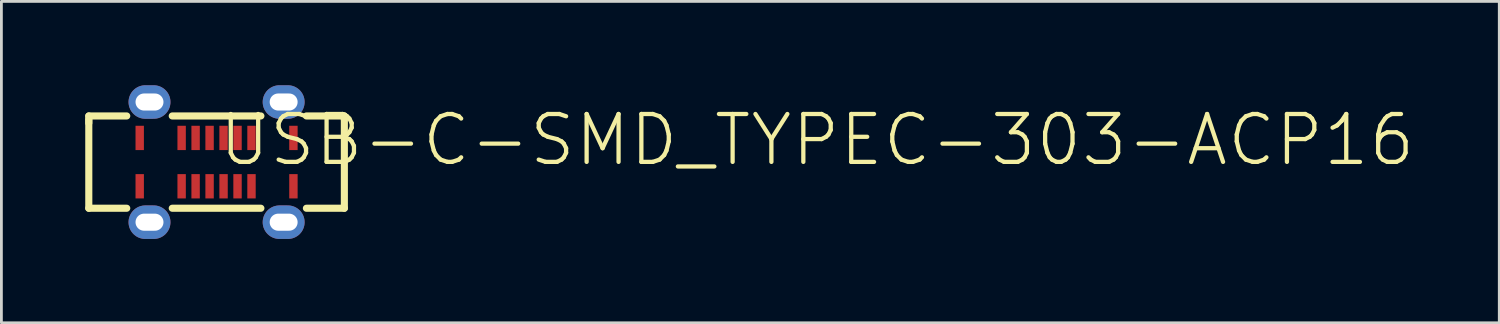
<source format=kicad_pcb>
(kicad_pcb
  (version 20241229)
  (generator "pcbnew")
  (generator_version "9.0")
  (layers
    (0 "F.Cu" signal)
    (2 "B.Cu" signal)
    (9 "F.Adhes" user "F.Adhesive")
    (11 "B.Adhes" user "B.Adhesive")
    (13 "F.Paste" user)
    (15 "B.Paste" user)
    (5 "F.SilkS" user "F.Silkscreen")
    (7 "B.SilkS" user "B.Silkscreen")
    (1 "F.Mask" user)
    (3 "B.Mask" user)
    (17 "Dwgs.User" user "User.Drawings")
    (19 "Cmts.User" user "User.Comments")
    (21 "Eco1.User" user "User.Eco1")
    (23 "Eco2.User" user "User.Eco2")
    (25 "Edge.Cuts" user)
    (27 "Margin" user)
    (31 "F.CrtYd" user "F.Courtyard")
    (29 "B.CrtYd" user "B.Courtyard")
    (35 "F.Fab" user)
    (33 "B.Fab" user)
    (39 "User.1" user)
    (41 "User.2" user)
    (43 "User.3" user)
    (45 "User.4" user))
  (footprint "USB-C-SMD_TYPEC-303-ACP16"
    (layer "F.Cu")
    (at 4.699 2.75)
    (property "Reference" "USB-C-SMD_TYPEC-303-ACP16" (at 0 0.21 0) (unlocked yes) (layer "F.SilkS") (effects (font (size 1.714 1.714) (thickness 0.152)) (justify left bottom)))
    (fp_line (start -4.572 -1.651) (end -3.214 -1.651) (stroke (width 0.254) (type solid)) (layer "F.SilkS"))
    (fp_line (start -4.572 -1.397) (end -4.572 -1.651) (stroke (width 0.254) (type solid)) (layer "F.SilkS"))
    (fp_line (start -4.572 1.651) (end -4.572 -1.524) (stroke (width 0.254) (type solid)) (layer "F.SilkS"))
    (fp_line (start -4.572 1.651) (end -3.214 1.651) (stroke (width 0.254) (type solid)) (layer "F.SilkS"))
    (fp_line (start -1.586 -1.651) (end 1.586 -1.651) (stroke (width 0.254) (type solid)) (layer "F.SilkS"))
    (fp_line (start -1.586 1.651) (end 1.586 1.651) (stroke (width 0.254) (type solid)) (layer "F.SilkS"))
    (fp_line (start 3.214 -1.651) (end 4.572 -1.651) (stroke (width 0.254) (type solid)) (layer "F.SilkS"))
    (fp_line (start 3.214 1.651) (end 4.572 1.651) (stroke (width 0.254) (type solid)) (layer "F.SilkS"))
    (fp_line (start 4.572 -1.524) (end 4.572 -1.651) (stroke (width 0.254) (type solid)) (layer "F.SilkS"))
    (fp_line (start 4.572 1.651) (end 4.572 -1.524) (stroke (width 0.254) (type solid)) (layer "F.SilkS"))
    (fp_poly (pts (xy -2.9 0.43) (xy -2.9 1.3) (xy -2.6 1.3) (xy -2.6 0.43)) (stroke (width 0) (type default)) (fill yes) (layer "F.Paste"))
    (fp_poly (pts (xy -2.9 -1.3) (xy -2.9 -0.43) (xy -2.6 -0.43) (xy -2.6 -1.3)) (stroke (width 0) (type default)) (fill yes) (layer "F.Paste"))
    (fp_poly (pts (xy -1.4 -1.3) (xy -1.4 -0.43) (xy -1.1 -0.43) (xy -1.1 -1.3)) (stroke (width 0) (type default)) (fill yes) (layer "F.Paste"))
    (fp_poly (pts (xy -1.4 0.43) (xy -1.4 1.3) (xy -1.1 1.3) (xy -1.1 0.43)) (stroke (width 0) (type default)) (fill yes) (layer "F.Paste"))
    (fp_poly (pts (xy -0.9 0.43) (xy -0.9 1.3) (xy -0.6 1.3) (xy -0.6 0.43)) (stroke (width 0) (type default)) (fill yes) (layer "F.Paste"))
    (fp_poly (pts (xy -0.6 -0.43) (xy -0.6 -1.3) (xy -0.9 -1.3) (xy -0.9 -0.43)) (stroke (width 0) (type default)) (fill yes) (layer "F.Paste"))
    (fp_poly (pts (xy -0.1 -0.43) (xy -0.1 -1.3) (xy -0.4 -1.3) (xy -0.4 -0.43)) (stroke (width 0) (type default)) (fill yes) (layer "F.Paste"))
    (fp_poly (pts (xy -0.1 1.3) (xy -0.1 0.43) (xy -0.4 0.43) (xy -0.4 1.3)) (stroke (width 0) (type default)) (fill yes) (layer "F.Paste"))
    (fp_poly (pts (xy 0.4 -0.43) (xy 0.4 -1.3) (xy 0.1 -1.3) (xy 0.1 -0.43)) (stroke (width 0) (type default)) (fill yes) (layer "F.Paste"))
    (fp_poly (pts (xy 0.4 1.3) (xy 0.4 0.43) (xy 0.1 0.43) (xy 0.1 1.3)) (stroke (width 0) (type default)) (fill yes) (layer "F.Paste"))
    (fp_poly (pts (xy 0.9 -0.43) (xy 0.9 -1.3) (xy 0.6 -1.3) (xy 0.6 -0.43)) (stroke (width 0) (type default)) (fill yes) (layer "F.Paste"))
    (fp_poly (pts (xy 0.9 1.3) (xy 0.9 0.43) (xy 0.6 0.43) (xy 0.6 1.3)) (stroke (width 0) (type default)) (fill yes) (layer "F.Paste"))
    (fp_poly (pts (xy 1.4 -0.43) (xy 1.4 -1.3) (xy 1.1 -1.3) (xy 1.1 -0.43)) (stroke (width 0) (type default)) (fill yes) (layer "F.Paste"))
    (fp_poly (pts (xy 1.4 1.3) (xy 1.4 0.43) (xy 1.1 0.43) (xy 1.1 1.3)) (stroke (width 0) (type default)) (fill yes) (layer "F.Paste"))
    (fp_poly (pts (xy 2.9 -0.43) (xy 2.9 -1.3) (xy 2.6 -1.3) (xy 2.6 -0.43)) (stroke (width 0) (type default)) (fill yes) (layer "F.Paste"))
    (fp_poly (pts (xy 2.9 1.3) (xy 2.9 0.43) (xy 2.6 0.43) (xy 2.6 1.3)) (stroke (width 0) (type default)) (fill yes) (layer "F.Paste"))
    (fp_poly (pts (xy -2.55 -2.75) (xy -2.58 -2.749) (xy -2.61 -2.747) (xy -2.639 -2.743) (xy -2.669 -2.738) (xy -2.698 -2.732) (xy -2.727 -2.723) (xy -2.755 -2.714) (xy -2.783 -2.703) (xy -2.81 -2.691) (xy -2.837 -2.677) (xy -2.863 -2.662) (xy -2.888 -2.646) (xy -2.912 -2.628) (xy -2.936 -2.61) (xy -2.958 -2.59) (xy -2.98 -2.569) (xy -3 -2.547) (xy -3.019 -2.524) (xy -3.037 -2.5) (xy -3.054 -2.476) (xy -3.07 -2.45) (xy -3.084 -2.424) (xy -3.097 -2.397) (xy -3.109 -2.369) (xy -3.119 -2.341) (xy -3.128 -2.313) (xy -3.135 -2.284) (xy -3.141 -2.254) (xy -3.145 -2.225) (xy -3.148 -2.195) (xy -3.15 -2.165) (xy -3.15 -2.135) (xy -3.148 -2.105) (xy -3.145 -2.076) (xy -3.141 -2.046) (xy -3.135 -2.017) (xy -3.128 -1.988) (xy -3.119 -1.959) (xy -3.109 -1.931) (xy -3.097 -1.903) (xy -3.084 -1.876) (xy -3.07 -1.85) (xy -3.054 -1.825) (xy -3.037 -1.8) (xy -3.019 -1.776) (xy -3 -1.753) (xy -2.98 -1.731) (xy -2.958 -1.71) (xy -2.936 -1.69) (xy -2.912 -1.672) (xy -2.888 -1.654) (xy -2.863 -1.638) (xy -2.837 -1.623) (xy -2.81 -1.61) (xy -2.783 -1.597) (xy -2.755 -1.586) (xy -2.727 -1.577) (xy -2.698 -1.569) (xy -2.669 -1.562) (xy -2.639 -1.557) (xy -2.61 -1.553) (xy -2.58 -1.551) (xy -2.55 -1.55) (xy -2.25 -1.55) (xy -2.22 -1.551) (xy -2.19 -1.553) (xy -2.161 -1.557) (xy -2.131 -1.562) (xy -2.102 -1.569) (xy -2.073 -1.577) (xy -2.045 -1.586) (xy -2.017 -1.597) (xy -1.99 -1.61) (xy -1.963 -1.623) (xy -1.937 -1.638) (xy -1.912 -1.654) (xy -1.888 -1.672) (xy -1.864 -1.69) (xy -1.842 -1.71) (xy -1.821 -1.731) (xy -1.8 -1.753) (xy -1.781 -1.776) (xy -1.763 -1.8) (xy -1.746 -1.825) (xy -1.73 -1.85) (xy -1.716 -1.876) (xy -1.703 -1.903) (xy -1.692 -1.931) (xy -1.681 -1.959) (xy -1.672 -1.988) (xy -1.665 -2.017) (xy -1.659 -2.046) (xy -1.655 -2.076) (xy -1.652 -2.105) (xy -1.65 -2.135) (xy -1.65 -2.165) (xy -1.652 -2.195) (xy -1.655 -2.225) (xy -1.659 -2.254) (xy -1.665 -2.284) (xy -1.672 -2.313) (xy -1.681 -2.341) (xy -1.692 -2.369) (xy -1.703 -2.397) (xy -1.716 -2.424) (xy -1.73 -2.45) (xy -1.746 -2.476) (xy -1.763 -2.5) (xy -1.781 -2.524) (xy -1.8 -2.547) (xy -1.821 -2.569) (xy -1.842 -2.59) (xy -1.864 -2.61) (xy -1.888 -2.628) (xy -1.912 -2.646) (xy -1.937 -2.662) (xy -1.963 -2.677) (xy -1.99 -2.691) (xy -2.017 -2.703) (xy -2.045 -2.714) (xy -2.073 -2.723) (xy -2.102 -2.732) (xy -2.131 -2.738) (xy -2.161 -2.743) (xy -2.19 -2.747) (xy -2.22 -2.749) (xy -2.25 -2.75)) (stroke (width 0) (type default)) (fill yes) (layer "F.Paste"))
    (fp_poly (pts (xy -2.22 1.551) (xy -2.25 1.55) (xy -2.55 1.55) (xy -2.58 1.551) (xy -2.61 1.553) (xy -2.639 1.557) (xy -2.669 1.562) (xy -2.698 1.569) (xy -2.727 1.577) (xy -2.755 1.586) (xy -2.783 1.597) (xy -2.81 1.61) (xy -2.837 1.623) (xy -2.863 1.638) (xy -2.888 1.654) (xy -2.912 1.672) (xy -2.936 1.69) (xy -2.958 1.71) (xy -2.98 1.731) (xy -3 1.753) (xy -3.019 1.776) (xy -3.037 1.8) (xy -3.054 1.825) (xy -3.07 1.85) (xy -3.084 1.876) (xy -3.097 1.903) (xy -3.109 1.931) (xy -3.119 1.959) (xy -3.128 1.988) (xy -3.135 2.017) (xy -3.141 2.046) (xy -3.145 2.076) (xy -3.148 2.105) (xy -3.15 2.135) (xy -3.15 2.165) (xy -3.148 2.195) (xy -3.145 2.225) (xy -3.141 2.254) (xy -3.135 2.284) (xy -3.128 2.313) (xy -3.119 2.341) (xy -3.109 2.369) (xy -3.097 2.397) (xy -3.084 2.424) (xy -3.07 2.45) (xy -3.054 2.476) (xy -3.037 2.5) (xy -3.019 2.524) (xy -3 2.547) (xy -2.98 2.569) (xy -2.958 2.59) (xy -2.936 2.61) (xy -2.912 2.628) (xy -2.888 2.646) (xy -2.863 2.662) (xy -2.837 2.677) (xy -2.81 2.691) (xy -2.783 2.703) (xy -2.755 2.714) (xy -2.727 2.723) (xy -2.698 2.732) (xy -2.669 2.738) (xy -2.639 2.743) (xy -2.61 2.747) (xy -2.58 2.749) (xy -2.55 2.75) (xy -2.25 2.75) (xy -2.22 2.749) (xy -2.19 2.747) (xy -2.161 2.743) (xy -2.131 2.738) (xy -2.102 2.732) (xy -2.073 2.723) (xy -2.045 2.714) (xy -2.017 2.703) (xy -1.99 2.691) (xy -1.963 2.677) (xy -1.937 2.662) (xy -1.912 2.646) (xy -1.888 2.628) (xy -1.864 2.61) (xy -1.842 2.59) (xy -1.821 2.569) (xy -1.8 2.547) (xy -1.781 2.524) (xy -1.763 2.5) (xy -1.746 2.476) (xy -1.73 2.45) (xy -1.716 2.424) (xy -1.703 2.397) (xy -1.692 2.369) (xy -1.681 2.341) (xy -1.672 2.313) (xy -1.665 2.284) (xy -1.659 2.254) (xy -1.655 2.225) (xy -1.652 2.195) (xy -1.65 2.165) (xy -1.65 2.135) (xy -1.652 2.105) (xy -1.655 2.076) (xy -1.659 2.046) (xy -1.665 2.017) (xy -1.672 1.988) (xy -1.681 1.959) (xy -1.692 1.931) (xy -1.703 1.903) (xy -1.716 1.876) (xy -1.73 1.85) (xy -1.746 1.825) (xy -1.763 1.8) (xy -1.781 1.776) (xy -1.8 1.753) (xy -1.821 1.731) (xy -1.842 1.71) (xy -1.864 1.69) (xy -1.888 1.672) (xy -1.912 1.654) (xy -1.937 1.638) (xy -1.963 1.623) (xy -1.99 1.61) (xy -2.017 1.597) (xy -2.045 1.586) (xy -2.073 1.577) (xy -2.102 1.569) (xy -2.131 1.562) (xy -2.161 1.557) (xy -2.19 1.553)) (stroke (width 0) (type default)) (fill yes) (layer "F.Paste"))
    (fp_poly (pts (xy 2.25 -2.75) (xy 2.22 -2.749) (xy 2.19 -2.747) (xy 2.161 -2.743) (xy 2.131 -2.738) (xy 2.102 -2.732) (xy 2.073 -2.723) (xy 2.045 -2.714) (xy 2.017 -2.703) (xy 1.99 -2.691) (xy 1.963 -2.677) (xy 1.937 -2.662) (xy 1.912 -2.646) (xy 1.888 -2.628) (xy 1.864 -2.61) (xy 1.842 -2.59) (xy 1.821 -2.569) (xy 1.8 -2.547) (xy 1.781 -2.524) (xy 1.763 -2.5) (xy 1.746 -2.476) (xy 1.73 -2.45) (xy 1.716 -2.424) (xy 1.703 -2.397) (xy 1.692 -2.369) (xy 1.681 -2.341) (xy 1.672 -2.313) (xy 1.665 -2.284) (xy 1.659 -2.254) (xy 1.655 -2.225) (xy 1.652 -2.195) (xy 1.65 -2.165) (xy 1.65 -2.135) (xy 1.652 -2.105) (xy 1.655 -2.076) (xy 1.659 -2.046) (xy 1.665 -2.017) (xy 1.672 -1.988) (xy 1.681 -1.959) (xy 1.692 -1.931) (xy 1.703 -1.903) (xy 1.716 -1.876) (xy 1.73 -1.85) (xy 1.746 -1.825) (xy 1.763 -1.8) (xy 1.781 -1.776) (xy 1.8 -1.753) (xy 1.821 -1.731) (xy 1.842 -1.71) (xy 1.864 -1.69) (xy 1.888 -1.672) (xy 1.912 -1.654) (xy 1.937 -1.638) (xy 1.963 -1.623) (xy 1.99 -1.61) (xy 2.017 -1.597) (xy 2.045 -1.586) (xy 2.073 -1.577) (xy 2.102 -1.569) (xy 2.131 -1.562) (xy 2.161 -1.557) (xy 2.19 -1.553) (xy 2.22 -1.551) (xy 2.25 -1.55) (xy 2.55 -1.55) (xy 2.58 -1.551) (xy 2.61 -1.553) (xy 2.639 -1.557) (xy 2.669 -1.562) (xy 2.698 -1.569) (xy 2.727 -1.577) (xy 2.755 -1.586) (xy 2.783 -1.597) (xy 2.81 -1.61) (xy 2.837 -1.623) (xy 2.863 -1.638) (xy 2.888 -1.654) (xy 2.912 -1.672) (xy 2.936 -1.69) (xy 2.958 -1.71) (xy 2.98 -1.731) (xy 3 -1.753) (xy 3.019 -1.776) (xy 3.037 -1.8) (xy 3.054 -1.825) (xy 3.07 -1.85) (xy 3.084 -1.876) (xy 3.097 -1.903) (xy 3.109 -1.931) (xy 3.119 -1.959) (xy 3.128 -1.988) (xy 3.135 -2.017) (xy 3.141 -2.046) (xy 3.145 -2.076) (xy 3.148 -2.105) (xy 3.15 -2.135) (xy 3.15 -2.165) (xy 3.148 -2.195) (xy 3.145 -2.225) (xy 3.141 -2.254) (xy 3.135 -2.284) (xy 3.128 -2.313) (xy 3.119 -2.341) (xy 3.109 -2.369) (xy 3.097 -2.397) (xy 3.084 -2.424) (xy 3.07 -2.45) (xy 3.054 -2.476) (xy 3.037 -2.5) (xy 3.019 -2.524) (xy 3 -2.547) (xy 2.98 -2.569) (xy 2.958 -2.59) (xy 2.936 -2.61) (xy 2.912 -2.628) (xy 2.888 -2.646) (xy 2.863 -2.662) (xy 2.837 -2.677) (xy 2.81 -2.691) (xy 2.783 -2.703) (xy 2.755 -2.714) (xy 2.727 -2.723) (xy 2.698 -2.732) (xy 2.669 -2.738) (xy 2.639 -2.743) (xy 2.61 -2.747) (xy 2.58 -2.749) (xy 2.55 -2.75)) (stroke (width 0) (type default)) (fill yes) (layer "F.Paste"))
    (fp_poly (pts (xy 2.58 1.551) (xy 2.55 1.55) (xy 2.25 1.55) (xy 2.22 1.551) (xy 2.19 1.553) (xy 2.161 1.557) (xy 2.131 1.562) (xy 2.102 1.569) (xy 2.073 1.577) (xy 2.045 1.586) (xy 2.017 1.597) (xy 1.99 1.61) (xy 1.963 1.623) (xy 1.937 1.638) (xy 1.912 1.654) (xy 1.888 1.672) (xy 1.864 1.69) (xy 1.842 1.71) (xy 1.821 1.731) (xy 1.8 1.753) (xy 1.781 1.776) (xy 1.763 1.8) (xy 1.746 1.825) (xy 1.73 1.85) (xy 1.716 1.876) (xy 1.703 1.903) (xy 1.692 1.931) (xy 1.681 1.959) (xy 1.672 1.988) (xy 1.665 2.017) (xy 1.659 2.046) (xy 1.655 2.076) (xy 1.652 2.105) (xy 1.65 2.135) (xy 1.65 2.165) (xy 1.652 2.195) (xy 1.655 2.225) (xy 1.659 2.254) (xy 1.665 2.284) (xy 1.672 2.313) (xy 1.681 2.341) (xy 1.692 2.369) (xy 1.703 2.397) (xy 1.716 2.424) (xy 1.73 2.45) (xy 1.746 2.476) (xy 1.763 2.5) (xy 1.781 2.524) (xy 1.8 2.547) (xy 1.821 2.569) (xy 1.842 2.59) (xy 1.864 2.61) (xy 1.888 2.628) (xy 1.912 2.646) (xy 1.937 2.662) (xy 1.963 2.677) (xy 1.99 2.691) (xy 2.017 2.703) (xy 2.045 2.714) (xy 2.073 2.723) (xy 2.102 2.732) (xy 2.131 2.738) (xy 2.161 2.743) (xy 2.19 2.747) (xy 2.22 2.749) (xy 2.25 2.75) (xy 2.55 2.75) (xy 2.58 2.749) (xy 2.61 2.747) (xy 2.639 2.743) (xy 2.669 2.738) (xy 2.698 2.732) (xy 2.727 2.723) (xy 2.755 2.714) (xy 2.783 2.703) (xy 2.81 2.691) (xy 2.837 2.677) (xy 2.863 2.662) (xy 2.888 2.646) (xy 2.912 2.628) (xy 2.936 2.61) (xy 2.958 2.59) (xy 2.98 2.569) (xy 3 2.547) (xy 3.019 2.524) (xy 3.037 2.5) (xy 3.054 2.476) (xy 3.07 2.45) (xy 3.084 2.424) (xy 3.097 2.397) (xy 3.109 2.369) (xy 3.119 2.341) (xy 3.128 2.313) (xy 3.135 2.284) (xy 3.141 2.254) (xy 3.145 2.225) (xy 3.148 2.195) (xy 3.15 2.165) (xy 3.15 2.135) (xy 3.148 2.105) (xy 3.145 2.076) (xy 3.141 2.046) (xy 3.135 2.017) (xy 3.128 1.988) (xy 3.119 1.959) (xy 3.109 1.931) (xy 3.097 1.903) (xy 3.084 1.876) (xy 3.07 1.85) (xy 3.054 1.825) (xy 3.037 1.8) (xy 3.019 1.776) (xy 3 1.753) (xy 2.98 1.731) (xy 2.958 1.71) (xy 2.936 1.69) (xy 2.912 1.672) (xy 2.888 1.654) (xy 2.863 1.638) (xy 2.837 1.623) (xy 2.81 1.61) (xy 2.783 1.597) (xy 2.755 1.586) (xy 2.727 1.577) (xy 2.698 1.569) (xy 2.669 1.562) (xy 2.639 1.557) (xy 2.61 1.553)) (stroke (width 0) (type default)) (fill yes) (layer "F.Paste"))
    (fp_circle (center -3.75 0) (end -3.75 -0.3) (stroke (width 0.025) (type solid)) (fill no) (layer "User.1"))
    (fp_circle (center 3.75 0) (end 3.75 -0.3) (stroke (width 0.025) (type solid)) (fill no) (layer "User.1"))
    (fp_circle (center -3.75 0) (end -3.75 -0.1) (stroke (width 0.2) (type solid)) (fill no) (layer "User.6"))
    (fp_circle (center 3.75 0) (end 3.75 -0.1) (stroke (width 0.2) (type solid)) (fill no) (layer "User.6"))
    (fp_poly (pts (xy -3.759 -1.05) (xy -3.646 -1.049) (xy -3.599 -0.917) (xy -3.811 -0.921)) (stroke (width 0.1) (type default)) (fill no) (layer "User.6"))
    (fp_poly (pts (xy -3.702 -1.205) (xy -3.889 -0.735) (xy -4.013 -0.737) (xy -3.763 -1.382)) (stroke (width 0.1) (type default)) (fill no) (layer "User.6"))
    (fp_poly (pts (xy -3.532 -0.733) (xy -3.419 -0.734) (xy -3.669 -1.42) (xy -3.777 -1.419) (xy -3.775 -1.419)) (stroke (width 0.1) (type default)) (fill no) (layer "User.6"))
    (fp_poly (pts (xy -3.304 -1.196) (xy -3.365 -1.257) (xy -3.37 -1.269) (xy -3.37 -1.269) (xy -3.201 -1.423) (xy -3.108 -1.421) (xy -3.119 -0.743) (xy -3.23 -0.741) (xy -3.234 -1.26)) (stroke (width 0.1) (type default)) (fill no) (layer "User.6"))
    (fp_line (start -4.471 -0.287) (end -4.451 0.529) (stroke (width 0.051) (type solid)) (layer "User.13"))
    (fp_line (start -4.471 -0.287) (end -4.449 -0.527) (stroke (width 0.051) (type solid)) (layer "User.13"))
    (fp_line (start -4.451 0.529) (end -4.371 0.779) (stroke (width 0.051) (type solid)) (layer "User.13"))
    (fp_line (start -4.449 -0.527) (end -4.367 -0.785) (stroke (width 0.051) (type solid)) (layer "User.13"))
    (fp_line (start -4.371 0.779) (end -4.16 1.129) (stroke (width 0.051) (type solid)) (layer "User.13"))
    (fp_line (start -4.367 -0.785) (end -4.28 -0.946) (stroke (width 0.051) (type solid)) (layer "User.13"))
    (fp_line (start -4.28 -0.946) (end -4.248 -1.002) (stroke (width 0.051) (type solid)) (layer "User.13"))
    (fp_line (start -4.248 -1.002) (end -4.19 -1.091) (stroke (width 0.051) (type solid)) (layer "User.13"))
    (fp_line (start -4.19 -1.091) (end -4.068 -1.222) (stroke (width 0.051) (type solid)) (layer "User.13"))
    (fp_line (start -4.16 1.129) (end -4.05 1.24) (stroke (width 0.051) (type solid)) (layer "User.13"))
    (fp_line (start -4.068 -1.222) (end -3.979 -1.291) (stroke (width 0.051) (type solid)) (layer "User.13"))
    (fp_line (start -4.05 1.24) (end -3.979 1.291) (stroke (width 0.051) (type solid)) (layer "User.13"))
    (fp_line (start -3.979 -1.291) (end -3.958 -1.579) (stroke (width 0.051) (type solid)) (layer "User.13"))
    (fp_line (start -3.979 1.291) (end -3.959 1.58) (stroke (width 0.051) (type solid)) (layer "User.13"))
    (fp_line (start -3.959 1.58) (end 3.96 1.58) (stroke (width 0.051) (type solid)) (layer "User.13"))
    (fp_line (start -3.958 -1.579) (end 3.96 -1.58) (stroke (width 0.051) (type solid)) (layer "User.13"))
    (fp_line (start 3.96 1.58) (end 3.98 1.289) (stroke (width 0.051) (type solid)) (layer "User.13"))
    (fp_line (start 3.96 -1.58) (end 3.982 -1.287) (stroke (width 0.051) (type solid)) (layer "User.13"))
    (fp_line (start 3.98 1.289) (end 4.052 1.238) (stroke (width 0.051) (type solid)) (layer "User.13"))
    (fp_line (start 3.982 -1.287) (end 4.05 -1.24) (stroke (width 0.051) (type solid)) (layer "User.13"))
    (fp_line (start 4.05 -1.24) (end 4.16 -1.13) (stroke (width 0.051) (type solid)) (layer "User.13"))
    (fp_line (start 4.052 1.238) (end 4.091 1.198) (stroke (width 0.051) (type solid)) (layer "User.13"))
    (fp_line (start 4.091 1.198) (end 4.236 1.028) (stroke (width 0.051) (type solid)) (layer "User.13"))
    (fp_line (start 4.16 -1.13) (end 4.17 -1.11) (stroke (width 0.051) (type solid)) (layer "User.13"))
    (fp_line (start 4.17 -1.11) (end 4.25 -1.003) (stroke (width 0.051) (type solid)) (layer "User.13"))
    (fp_line (start 4.236 1.028) (end 4.373 0.767) (stroke (width 0.051) (type solid)) (layer "User.13"))
    (fp_line (start 4.25 -1.003) (end 4.367 -0.784) (stroke (width 0.051) (type solid)) (layer "User.13"))
    (fp_line (start 4.367 -0.784) (end 4.45 -0.529) (stroke (width 0.051) (type solid)) (layer "User.13"))
    (fp_line (start 4.373 0.767) (end 4.449 0.528) (stroke (width 0.051) (type solid)) (layer "User.13"))
    (fp_line (start 4.449 0.528) (end 4.47 0.283) (stroke (width 0.051) (type solid)) (layer "User.13"))
    (fp_line (start 4.45 -0.529) (end 4.471 -0.286) (stroke (width 0.051) (type solid)) (layer "User.13"))
    (fp_line (start 4.47 0.283) (end 4.471 -0.286) (stroke (width 0.051) (type solid)) (layer "User.13"))
    (fp_poly (pts (xy -2.875 -1.065) (xy -2.625 -1.065) (xy -2.625 -0.565) (xy -2.875 -0.565)) (stroke (width 0.1) (type default)) (fill no) (layer "User.13"))
    (fp_poly (pts (xy -2.875 0.565) (xy -2.625 0.565) (xy -2.625 1.065) (xy -2.875 1.065)) (stroke (width 0.1) (type default)) (fill no) (layer "User.13"))
    (fp_poly (pts (xy -2.75 -2.3) (xy -2.05 -2.3) (xy -2.05 -2) (xy -2.75 -2)) (stroke (width 0.1) (type default)) (fill no) (layer "User.13"))
    (fp_poly (pts (xy -2.75 1.5) (xy -2.05 1.5) (xy -2.05 2.3) (xy -2.75 2.3)) (stroke (width 0.1) (type default)) (fill no) (layer "User.13"))
    (fp_poly (pts (xy -2.75 2) (xy -2.05 2) (xy -2.05 2.3) (xy -2.75 2.3)) (stroke (width 0.1) (type default)) (fill no) (layer "User.13"))
    (fp_poly (pts (xy -2.05 -1.5) (xy -2.75 -1.5) (xy -2.75 -2.3) (xy -2.05 -2.3)) (stroke (width 0.1) (type default)) (fill no) (layer "User.13"))
    (fp_poly (pts (xy -1.375 -1.065) (xy -1.125 -1.065) (xy -1.125 -0.565) (xy -1.375 -0.565)) (stroke (width 0.1) (type default)) (fill no) (layer "User.13"))
    (fp_poly (pts (xy -1.375 0.565) (xy -1.125 0.565) (xy -1.125 1.065) (xy -1.375 1.065)) (stroke (width 0.1) (type default)) (fill no) (layer "User.13"))
    (fp_poly (pts (xy -0.875 -1.065) (xy -0.625 -1.065) (xy -0.625 -0.565) (xy -0.875 -0.565)) (stroke (width 0.1) (type default)) (fill no) (layer "User.13"))
    (fp_poly (pts (xy -0.875 0.565) (xy -0.625 0.565) (xy -0.625 1.065) (xy -0.875 1.065)) (stroke (width 0.1) (type default)) (fill no) (layer "User.13"))
    (fp_poly (pts (xy -0.375 -1.065) (xy -0.125 -1.065) (xy -0.125 -0.565) (xy -0.375 -0.565)) (stroke (width 0.1) (type default)) (fill no) (layer "User.13"))
    (fp_poly (pts (xy -0.375 0.565) (xy -0.125 0.565) (xy -0.125 1.065) (xy -0.375 1.065)) (stroke (width 0.1) (type default)) (fill no) (layer "User.13"))
    (fp_poly (pts (xy 0.125 -1.065) (xy 0.375 -1.065) (xy 0.375 -0.565) (xy 0.125 -0.565)) (stroke (width 0.1) (type default)) (fill no) (layer "User.13"))
    (fp_poly (pts (xy 0.125 0.565) (xy 0.375 0.565) (xy 0.375 1.065) (xy 0.125 1.065)) (stroke (width 0.1) (type default)) (fill no) (layer "User.13"))
    (fp_poly (pts (xy 0.625 -1.065) (xy 0.875 -1.065) (xy 0.875 -0.565) (xy 0.625 -0.565)) (stroke (width 0.1) (type default)) (fill no) (layer "User.13"))
    (fp_poly (pts (xy 0.625 0.565) (xy 0.875 0.565) (xy 0.875 1.065) (xy 0.625 1.065)) (stroke (width 0.1) (type default)) (fill no) (layer "User.13"))
    (fp_poly (pts (xy 1.125 -1.065) (xy 1.375 -1.065) (xy 1.375 -0.565) (xy 1.125 -0.565)) (stroke (width 0.1) (type default)) (fill no) (layer "User.13"))
    (fp_poly (pts (xy 1.125 0.565) (xy 1.375 0.565) (xy 1.375 1.065) (xy 1.125 1.065)) (stroke (width 0.1) (type default)) (fill no) (layer "User.13"))
    (fp_poly (pts (xy 2.05 -2.3) (xy 2.75 -2.3) (xy 2.75 -2) (xy 2.05 -2)) (stroke (width 0.1) (type default)) (fill no) (layer "User.13"))
    (fp_poly (pts (xy 2.05 1.5) (xy 2.75 1.5) (xy 2.75 2.3) (xy 2.05 2.3)) (stroke (width 0.1) (type default)) (fill no) (layer "User.13"))
    (fp_poly (pts (xy 2.05 2) (xy 2.75 2) (xy 2.75 2.3) (xy 2.05 2.3)) (stroke (width 0.1) (type default)) (fill no) (layer "User.13"))
    (fp_poly (pts (xy 2.625 -1.065) (xy 2.875 -1.065) (xy 2.875 -0.565) (xy 2.625 -0.565)) (stroke (width 0.1) (type default)) (fill no) (layer "User.13"))
    (fp_poly (pts (xy 2.625 0.565) (xy 2.875 0.565) (xy 2.875 1.065) (xy 2.625 1.065)) (stroke (width 0.1) (type default)) (fill no) (layer "User.13"))
    (fp_poly (pts (xy 2.75 -1.5) (xy 2.05 -1.5) (xy 2.05 -2.3) (xy 2.75 -2.3)) (stroke (width 0.1) (type default)) (fill no) (layer "User.13"))
    (fp_poly (pts (arc (start -4.410905 -2.30012) (mid -4.470854 -2.3584) (end -4.530854 -2.300171)) (arc (start -4.530855 -2.30017) (mid -4.470906 -2.24189) (end -4.410906 -2.300119)) (xy -4.411 -2.3)) (stroke (width 0.1) (type default)) (fill no) (layer "User.13"))
    (pad "1" thru_hole oval (at -2.4 -2.15) (size 1.5 1.2) (drill oval 1 0.61) (layers "*.Cu" "*.Mask"))
    (pad "2" thru_hole oval (at -2.4 2.15) (size 1.5 1.2) (drill oval 1 0.61) (layers "*.Cu" "*.Mask"))
    (pad "3" thru_hole oval (at 2.4 -2.15) (size 1.5 1.2) (drill oval 1 0.61 (offset 0.00005 -0.0001)) (layers "*.Cu" "*.Mask"))
    (pad "4" thru_hole oval (at 2.4 2.15) (size 1.5 1.2) (drill oval 1 0.61) (layers "*.Cu" "*.Mask"))
    (pad "A1" smd rect (at -2.75 -0.865) (size 0.3 0.87) (layers "F.Cu" "F.Mask" "F.Paste"))
    (pad "A4" smd rect (at -1.25 -0.865) (size 0.3 0.87) (layers "F.Cu" "F.Mask" "F.Paste"))
    (pad "A5" smd rect (at -0.75 -0.865) (size 0.3 0.87) (layers "F.Cu" "F.Mask" "F.Paste"))
    (pad "A6" smd rect (at -0.25 -0.865) (size 0.3 0.87) (layers "F.Cu" "F.Mask" "F.Paste"))
    (pad "A7" smd rect (at 0.25 -0.865) (size 0.3 0.87) (layers "F.Cu" "F.Mask" "F.Paste"))
    (pad "A8" smd rect (at 0.75 -0.865) (size 0.3 0.87) (layers "F.Cu" "F.Mask" "F.Paste"))
    (pad "A9" smd rect (at 1.25 -0.865) (size 0.3 0.87) (layers "F.Cu" "F.Mask" "F.Paste"))
    (pad "A12" smd rect (at 2.75 -0.865) (size 0.3 0.87) (layers "F.Cu" "F.Mask" "F.Paste"))
    (pad "B1" smd rect (at 2.75 0.865) (size 0.3 0.87) (layers "F.Cu" "F.Mask" "F.Paste"))
    (pad "B4" smd rect (at 1.25 0.865) (size 0.3 0.87) (layers "F.Cu" "F.Mask" "F.Paste"))
    (pad "B5" smd rect (at 0.75 0.865) (size 0.3 0.87) (layers "F.Cu" "F.Mask" "F.Paste"))
    (pad "B6" smd rect (at 0.25 0.865) (size 0.3 0.87) (layers "F.Cu" "F.Mask" "F.Paste"))
    (pad "B7" smd rect (at -0.25 0.865) (size 0.3 0.87) (layers "F.Cu" "F.Mask" "F.Paste"))
    (pad "B8" smd rect (at -0.75 0.865) (size 0.3 0.87) (layers "F.Cu" "F.Mask" "F.Paste"))
    (pad "B9" smd rect (at -1.25 0.865) (size 0.3 0.87) (layers "F.Cu" "F.Mask" "F.Paste"))
    (pad "B12" smd rect (at -2.75 0.865) (size 0.3 0.87) (layers "F.Cu" "F.Mask" "F.Paste"))
    (zone (net_name "") (layers "F.Cu" "B.Cu") (hatch edge 0.5) (connect_pads) (min_thickness 0.25) (filled_areas_thickness no) (keepout (tracks allowed) (vias allowed) (pads allowed) (copperpour allowed) (footprints allowed)) (placement (enabled no)) (fill) (polygon (pts (xy 1.112 2.356) (xy 1.209 2.411) (xy 1.288 2.49) (xy 1.343 2.587) (xy 1.372 2.694) (xy 1.372 2.806) (xy 1.343 2.914) (xy 1.288 3.01) (xy 1.209 3.089) (xy 1.112 3.145) (xy 1.005 3.173) (xy 0.893 3.173) (xy 0.786 3.145) (xy 0.689 3.089) (xy 0.61 3.01) (xy 0.554 2.914) (xy 0.526 2.806) (xy 0.526 2.716) (xy 0.776 2.716) (xy 0.776 2.785) (xy 0.802 2.848) (xy 0.851 2.897) (xy 0.915 2.923) (xy 0.983 2.923) (xy 1.047 2.897) (xy 1.096 2.848) (xy 1.122 2.785) (xy 1.122 2.716) (xy 1.096 2.652) (xy 1.047 2.603) (xy 0.983 2.577) (xy 0.915 2.577) (xy 0.851 2.603) (xy 0.802 2.652) (xy 0.776 2.716) (xy 0.526 2.716) (xy 0.526 2.694) (xy 0.554 2.587) (xy 0.61 2.49) (xy 0.689 2.411) (xy 0.786 2.356) (xy 0.893 2.327) (xy 1.005 2.327))))
    (zone (net_name "") (layers "F.Cu" "B.Cu") (hatch edge 0.5) (connect_pads) (min_thickness 0.25) (filled_areas_thickness no) (keepout (tracks allowed) (vias allowed) (pads allowed) (copperpour allowed) (footprints allowed)) (placement (enabled no)) (fill) (polygon (pts (xy 8.612 2.356) (xy 8.709 2.411) (xy 8.788 2.49) (xy 8.844 2.587) (xy 8.872 2.694) (xy 8.872 2.806) (xy 8.844 2.914) (xy 8.788 3.01) (xy 8.709 3.089) (xy 8.612 3.145) (xy 8.505 3.173) (xy 8.393 3.173) (xy 8.286 3.145) (xy 8.189 3.089) (xy 8.11 3.01) (xy 8.055 2.914) (xy 8.026 2.806) (xy 8.026 2.716) (xy 8.276 2.716) (xy 8.276 2.785) (xy 8.302 2.848) (xy 8.351 2.897) (xy 8.415 2.923) (xy 8.483 2.923) (xy 8.547 2.897) (xy 8.596 2.848) (xy 8.622 2.785) (xy 8.622 2.716) (xy 8.596 2.652) (xy 8.547 2.603) (xy 8.483 2.577) (xy 8.415 2.577) (xy 8.351 2.603) (xy 8.302 2.652) (xy 8.276 2.716) (xy 8.026 2.716) (xy 8.026 2.694) (xy 8.055 2.587) (xy 8.11 2.49) (xy 8.189 2.411) (xy 8.286 2.356) (xy 8.393 2.327) (xy 8.505 2.327))))
    (zone (net_name "") (layers "F.Cu" "B.Cu") (hatch edge 0.5) (connect_pads) (min_thickness 0.25) (filled_areas_thickness no) (keepout (tracks not_allowed) (vias not_allowed) (pads not_allowed) (copperpour not_allowed) (footprints allowed)) (placement (enabled no)) (fill) (polygon (pts (xy 1.069 2.461) (xy 1.139 2.502) (xy 1.197 2.56) (xy 1.238 2.63) (xy 1.259 2.709) (xy 1.259 2.791) (xy 1.238 2.87) (xy 1.197 2.94) (xy 1.139 2.998) (xy 1.069 3.039) (xy 0.99 3.06) (xy 0.908 3.06) (xy 0.829 3.039) (xy 0.759 2.998) (xy 0.701 2.94) (xy 0.66 2.87) (xy 0.639 2.791) (xy 0.639 2.712) (xy 0.662 2.712) (xy 0.662 2.788) (xy 0.681 2.861) (xy 0.719 2.927) (xy 0.773 2.98) (xy 0.838 3.018) (xy 0.911 3.037) (xy 0.987 3.037) (xy 1.06 3.018) (xy 1.125 2.98) (xy 1.179 2.927) (xy 1.217 2.861) (xy 1.236 2.788) (xy 1.236 2.712) (xy 1.217 2.639) (xy 1.179 2.574) (xy 1.125 2.52) (xy 1.06 2.482) (xy 0.987 2.463) (xy 0.911 2.463) (xy 0.838 2.482) (xy 0.773 2.52) (xy 0.719 2.574) (xy 0.681 2.639) (xy 0.662 2.712) (xy 0.639 2.712) (xy 0.639 2.709) (xy 0.66 2.63) (xy 0.701 2.56) (xy 0.759 2.502) (xy 0.829 2.461) (xy 0.908 2.44) (xy 0.99 2.44))))
    (zone (net_name "") (layers "F.Cu" "B.Cu") (hatch edge 0.5) (connect_pads) (min_thickness 0.25) (filled_areas_thickness no) (keepout (tracks not_allowed) (vias not_allowed) (pads not_allowed) (copperpour not_allowed) (footprints allowed)) (placement (enabled no)) (fill) (polygon (pts (xy 8.569 2.461) (xy 8.639 2.502) (xy 8.697 2.56) (xy 8.738 2.63) (xy 8.759 2.709) (xy 8.759 2.791) (xy 8.738 2.87) (xy 8.697 2.94) (xy 8.639 2.998) (xy 8.569 3.039) (xy 8.49 3.06) (xy 8.408 3.06) (xy 8.329 3.039) (xy 8.259 2.998) (xy 8.201 2.94) (xy 8.16 2.87) (xy 8.139 2.791) (xy 8.139 2.712) (xy 8.162 2.712) (xy 8.162 2.788) (xy 8.181 2.861) (xy 8.219 2.927) (xy 8.273 2.98) (xy 8.338 3.018) (xy 8.411 3.037) (xy 8.487 3.037) (xy 8.56 3.018) (xy 8.625 2.98) (xy 8.679 2.927) (xy 8.717 2.861) (xy 8.736 2.788) (xy 8.736 2.712) (xy 8.717 2.639) (xy 8.679 2.574) (xy 8.625 2.52) (xy 8.56 2.482) (xy 8.487 2.463) (xy 8.411 2.463) (xy 8.338 2.482) (xy 8.273 2.52) (xy 8.219 2.574) (xy 8.181 2.639) (xy 8.162 2.712) (xy 8.139 2.712) (xy 8.139 2.709) (xy 8.16 2.63) (xy 8.201 2.56) (xy 8.259 2.502) (xy 8.329 2.461) (xy 8.408 2.44) (xy 8.49 2.44)))))
  (gr_rect
    (start -3 -3)
    (end 50.594 8.5)
    (stroke (width 0.1) (type default))
    (fill no)
    (layer "Edge.Cuts")))
</source>
